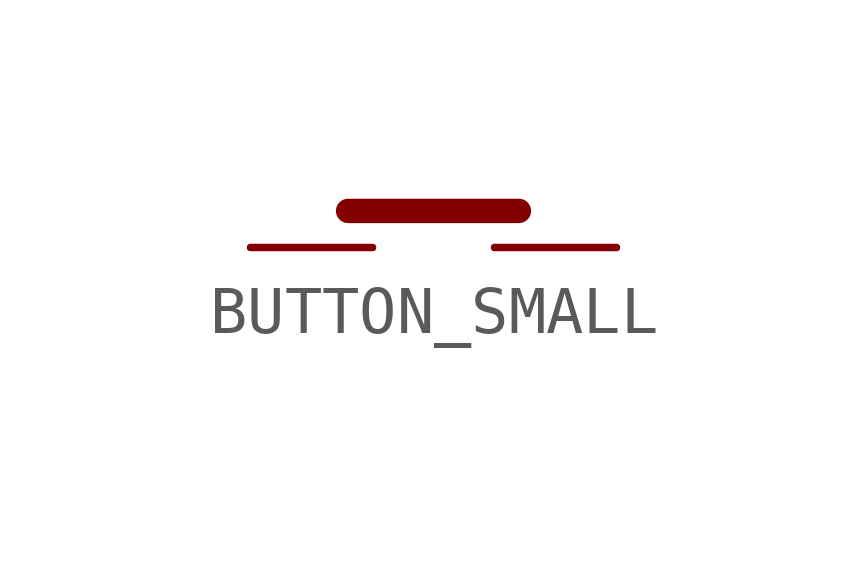
<source format=kicad_sym>
(kicad_symbol_lib
  (version 20231120)
  (generator "kicad_symbol_editor")
  (generator_version "8.0")
  (symbol "BUTTON_SMALL"
    (property "Reference" ""
      (at -2.54 1.016 0)
      (effects (font (size 1.27 1.079)) (justify left bottom) (hide yes)))
    (property "ki_locked" ""
      (at 0 0 0)
      (effects (font (size 1.27 1.27))))
    (symbol "BUTTON_SMALL_1_0"
      (polyline (pts (xy -1.778 0.762) (xy 1.778 0.762)) (stroke (width 0.508) (type solid)) (fill (type none)))
      (pin bidirectional line (at -3.81 0 0) (length 2.54) (name "P$1" (effects (font (size 0 0)))) (number "1" (effects (font (size 0 0)))))
      (pin bidirectional line (at 3.81 0 180) (length 2.54) (name "P$2" (effects (font (size 0 0)))) (number "2" (effects (font (size 0 0)))))
      (pin bidirectional line (at 3.81 0 180) (length 2.54) (name "P$2" (effects (font (size 0 0)))) (number "3" (effects (font (size 0 0)))))
      (pin bidirectional line (at -3.81 0 0) (length 2.54) (name "P$1" (effects (font (size 0 0)))) (number "4" (effects (font (size 0 0))))))))
</source>
